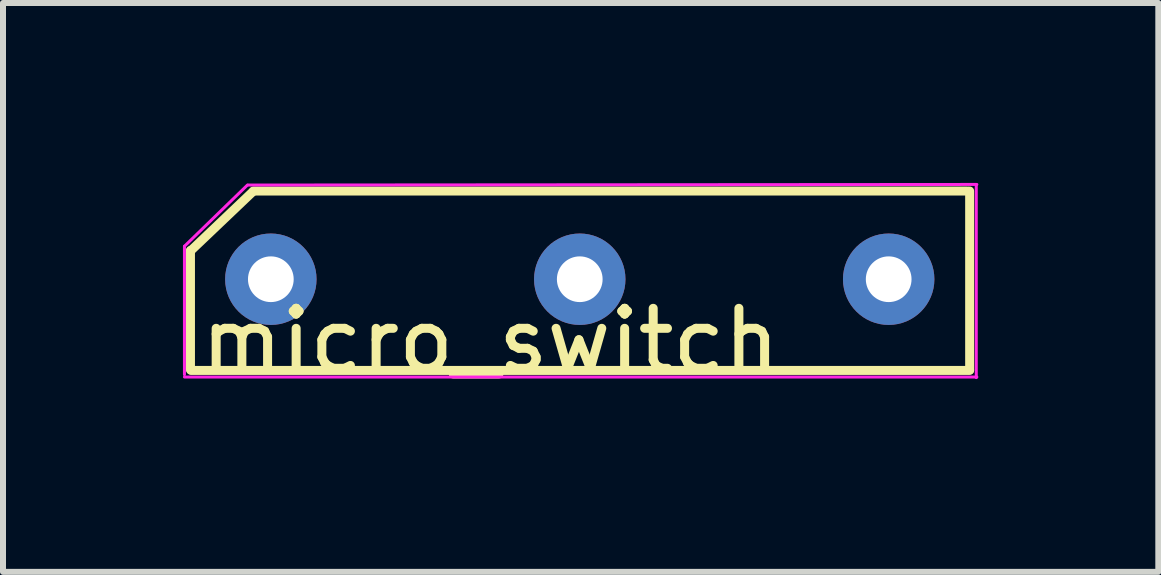
<source format=kicad_pcb>
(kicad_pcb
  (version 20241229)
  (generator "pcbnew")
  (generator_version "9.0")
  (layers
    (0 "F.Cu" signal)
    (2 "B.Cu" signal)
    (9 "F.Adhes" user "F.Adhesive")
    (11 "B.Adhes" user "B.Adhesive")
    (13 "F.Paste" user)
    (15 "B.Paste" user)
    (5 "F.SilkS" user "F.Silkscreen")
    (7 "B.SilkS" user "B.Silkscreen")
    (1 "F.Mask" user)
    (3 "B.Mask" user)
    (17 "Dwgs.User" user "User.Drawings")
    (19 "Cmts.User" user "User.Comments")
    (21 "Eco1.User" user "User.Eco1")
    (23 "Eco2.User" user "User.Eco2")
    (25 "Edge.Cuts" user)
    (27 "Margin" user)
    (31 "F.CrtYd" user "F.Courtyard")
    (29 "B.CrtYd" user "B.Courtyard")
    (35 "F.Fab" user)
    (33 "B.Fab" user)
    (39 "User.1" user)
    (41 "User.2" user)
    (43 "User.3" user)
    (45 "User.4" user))
  (footprint "micro_switch"
    (layer "F.Cu")
    (at 5.125 2.135)
    (property "Reference" "micro_switch" (at 0 0.5 0) (layer "F.SilkS") (effects (font (size 1 1) (thickness 0.15))))
    (attr through_hole)
    (fp_line (start -5 -1) (end -3.96 -1.99) (stroke (width 0.15) (type solid)) (layer "F.SilkS"))
    (fp_line (start -5 0.98) (end -5 -1.01) (stroke (width 0.15) (type solid)) (layer "F.SilkS"))
    (fp_line (start -4.99 0.99) (end 7.99 0.99) (stroke (width 0.15) (type solid)) (layer "F.SilkS"))
    (fp_line (start -3.95 -2) (end 7.95 -2) (stroke (width 0.15) (type solid)) (layer "F.SilkS"))
    (fp_line (start 7.99 -2) (end 7.99 0.98) (stroke (width 0.15) (type solid)) (layer "F.SilkS"))
    (fp_line (start -5.1 -1.08) (end -5.1 1.06) (stroke (width 0.05) (type solid)) (layer "F.CrtYd"))
    (fp_line (start -5.1 1.1) (end 8.11 1.1) (stroke (width 0.05) (type solid)) (layer "F.CrtYd"))
    (fp_line (start -4.05 -2.1) (end -5.1 -1.08) (stroke (width 0.05) (type solid)) (layer "F.CrtYd"))
    (fp_line (start -4.04 -2.1) (end 8.11 -2.11) (stroke (width 0.05) (type solid)) (layer "F.CrtYd"))
    (fp_line (start 8.1 -2.1) (end 8.1 1.11) (stroke (width 0.05) (type solid)) (layer "F.CrtYd"))
    (pad "1" thru_hole circle (at -3.66 -0.53) (size 1.524 1.524) (drill 0.762) (layers "*.Cu" "*.Mask"))
    (pad "2" thru_hole circle (at 1.49 -0.53) (size 1.524 1.524) (drill 0.762) (layers "*.Cu" "*.Mask"))
    (pad "3" thru_hole circle (at 6.64 -0.53) (size 1.524 1.524) (drill 0.762) (layers "*.Cu" "*.Mask")))
  (gr_rect
    (start -3 -3)
    (end 16.26 6.483)
    (stroke (width 0.1) (type default))
    (fill no)
    (layer "Edge.Cuts")))
</source>
